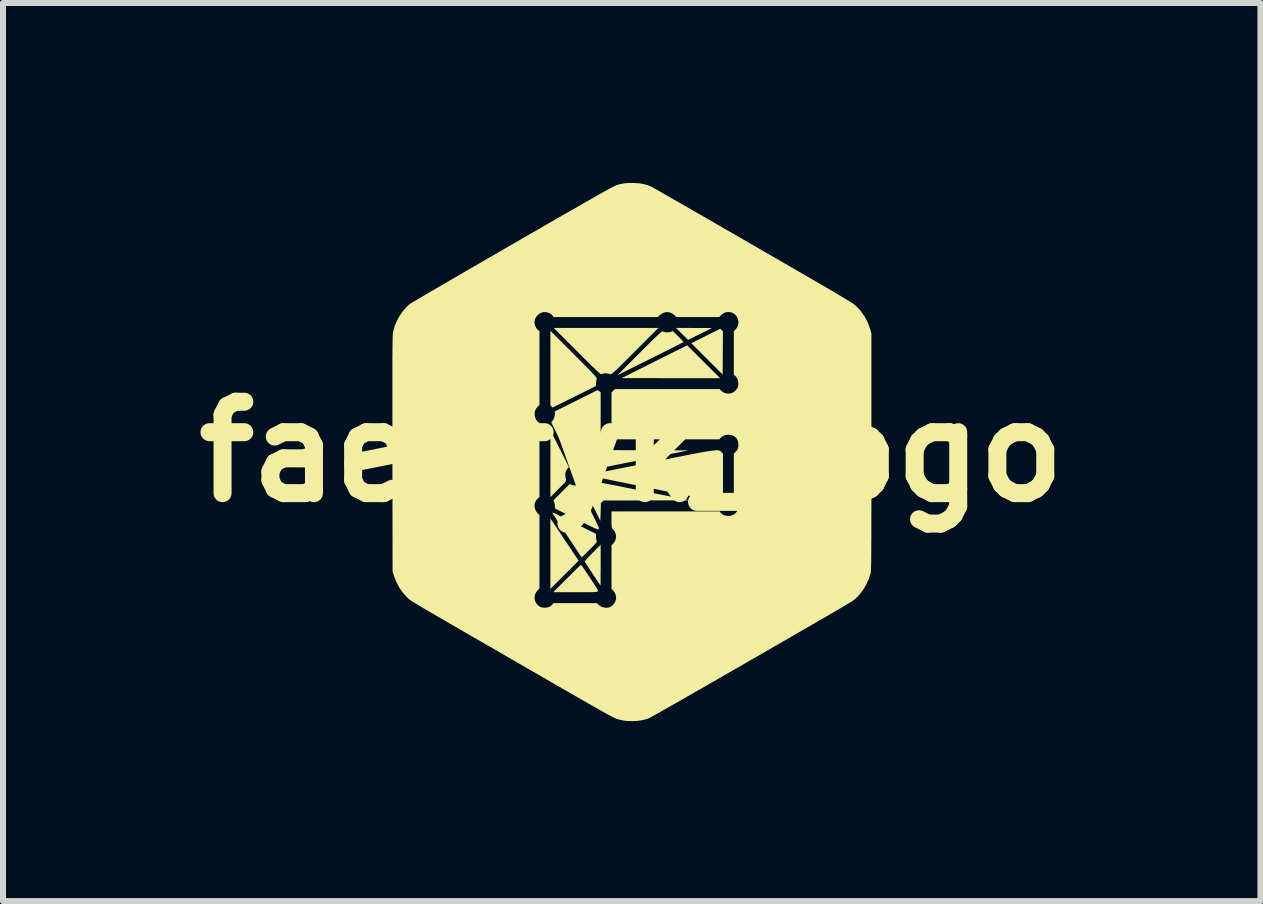
<source format=kicad_pcb>
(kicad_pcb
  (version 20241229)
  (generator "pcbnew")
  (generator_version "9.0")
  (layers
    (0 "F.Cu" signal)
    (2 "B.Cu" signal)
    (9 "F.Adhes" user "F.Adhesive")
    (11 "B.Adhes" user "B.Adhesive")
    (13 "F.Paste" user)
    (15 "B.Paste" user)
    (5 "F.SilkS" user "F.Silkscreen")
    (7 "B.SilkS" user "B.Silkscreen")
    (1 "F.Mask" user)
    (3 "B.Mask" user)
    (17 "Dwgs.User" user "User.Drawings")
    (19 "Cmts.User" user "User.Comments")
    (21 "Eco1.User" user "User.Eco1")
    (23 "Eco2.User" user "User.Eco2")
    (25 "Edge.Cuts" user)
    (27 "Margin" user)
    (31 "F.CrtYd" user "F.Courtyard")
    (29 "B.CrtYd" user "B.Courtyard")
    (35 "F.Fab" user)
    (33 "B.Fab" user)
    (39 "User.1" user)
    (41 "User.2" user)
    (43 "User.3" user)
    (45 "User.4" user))
  (footprint "faebryk_logo"
    (layer "F.Cu")
    (at 7.482 4.482)
    (property "Reference" "faebryk_logo" (at 0 0 0) (layer "F.SilkS") (effects (font (size 1.524 1.524) (thickness 0.3))))
    (attr board_only exclude_from_pos_files exclude_from_bom dnp)
    (fp_poly (pts (xy -1.121 1.463) (xy -0.886 1.815) (xy -1.356 2.285) (xy -1.356 1.698) (xy -1.356 1.11)) (stroke (width 0) (type solid)) (fill yes) (layer "F.SilkS"))
    (fp_poly (pts (xy 1.473 -1.227) (xy 0.652 -1.227) (xy -0.168 -1.228) (xy 0.378 -1.502) (xy 0.924 -1.775)) (stroke (width 0) (type solid)) (fill yes) (layer "F.SilkS"))
    (fp_poly (pts (xy 1.521 -2.008) (xy 1.516 -1.287) (xy 1.255 -1.549) (xy 0.993 -1.81) (xy 1.235 -1.931) (xy 1.477 -2.052)) (stroke (width 0) (type solid)) (fill yes) (layer "F.SilkS"))
    (fp_poly (pts (xy 1.037 -2.064) (xy 1.335 -2.064) (xy 1.14 -1.965) (xy 1.087 -1.939) (xy 1.039 -1.915) (xy 0.999 -1.894) (xy 0.967 -1.879) (xy 0.948 -1.869) (xy 0.942 -1.867) (xy 0.934 -1.872) (xy 0.917 -1.888) (xy 0.892 -1.912) (xy 0.861 -1.943) (xy 0.838 -1.965) (xy 0.739 -2.065)) (stroke (width 0) (type solid)) (fill yes) (layer "F.SilkS"))
    (fp_poly (pts (xy -1.201 -0.052) (xy -1.047 0.255) (xy -1.071 0.282) (xy -1.096 0.32) (xy -1.108 0.362) (xy -1.106 0.413) (xy -1.093 0.471) (xy -1.094 0.479) (xy -1.1 0.491) (xy -1.114 0.509) (xy -1.136 0.534) (xy -1.168 0.567) (xy -1.211 0.61) (xy -1.222 0.622) (xy -1.356 0.756) (xy -1.356 0.199) (xy -1.355 -0.359)) (stroke (width 0) (type solid)) (fill yes) (layer "F.SilkS"))
    (fp_poly (pts (xy -0.967 -1.629) (xy -0.887 -1.548) (xy -0.817 -1.478) (xy -0.759 -1.419) (xy -0.71 -1.37) (xy -0.671 -1.329) (xy -0.64 -1.296) (xy -0.617 -1.271) (xy -0.6 -1.251) (xy -0.59 -1.237) (xy -0.585 -1.228) (xy -0.584 -1.223) (xy -0.584 -1.222) (xy -0.587 -1.205) (xy -0.591 -1.177) (xy -0.594 -1.151) (xy -0.598 -1.096) (xy -1.318 -0.738) (xy -1.337 -0.756) (xy -1.356 -0.775) (xy -1.356 -2.017)) (stroke (width 0) (type solid)) (fill yes) (layer "F.SilkS"))
    (fp_poly (pts (xy -0.776 0.468) (xy -0.752 0.472) (xy -0.712 0.479) (xy -0.66 0.488) (xy -0.594 0.5) (xy -0.518 0.515) (xy -0.431 0.532) (xy -0.335 0.55) (xy -0.232 0.571) (xy -0.121 0.593) (xy -0.005 0.616) (xy 0.091 0.635) (xy 0.963 0.81) (xy 0.249 0.811) (xy -0.466 0.812) (xy -0.49 0.833) (xy -0.514 0.854) (xy -0.518 1.002) (xy -0.523 1.15) (xy -0.678 0.839) (xy -0.833 0.529) (xy -0.81 0.502) (xy -0.795 0.483) (xy -0.786 0.47) (xy -0.785 0.468)) (stroke (width 0) (type solid)) (fill yes) (layer "F.SilkS"))
    (fp_poly (pts (xy 0.056 -1.676) (xy -0.025 -1.595) (xy -0.095 -1.525) (xy -0.154 -1.467) (xy -0.203 -1.418) (xy -0.244 -1.379) (xy -0.277 -1.348) (xy -0.303 -1.324) (xy -0.322 -1.308) (xy -0.336 -1.298) (xy -0.345 -1.293) (xy -0.35 -1.292) (xy -0.4 -1.305) (xy -0.441 -1.308) (xy -0.478 -1.303) (xy -0.51 -1.293) (xy -0.517 -1.296) (xy -0.534 -1.309) (xy -0.561 -1.333) (xy -0.597 -1.366) (xy -0.644 -1.411) (xy -0.701 -1.467) (xy -0.769 -1.534) (xy -0.849 -1.613) (xy -0.911 -1.676) (xy -1.3 -2.065) (xy 0.445 -2.065)) (stroke (width 0) (type solid)) (fill yes) (layer "F.SilkS"))
    (fp_poly (pts (xy -0.518 1.89) (xy -0.518 1.965) (xy -0.519 2.034) (xy -0.519 2.095) (xy -0.519 2.147) (xy -0.519 2.188) (xy -0.52 2.215) (xy -0.52 2.228) (xy -0.521 2.229) (xy -0.526 2.222) (xy -0.539 2.202) (xy -0.56 2.172) (xy -0.586 2.133) (xy -0.617 2.087) (xy -0.651 2.036) (xy -0.652 2.033) (xy -0.687 1.982) (xy -0.718 1.934) (xy -0.744 1.893) (xy -0.765 1.861) (xy -0.779 1.838) (xy -0.784 1.828) (xy -0.784 1.828) (xy -0.779 1.82) (xy -0.763 1.801) (xy -0.739 1.774) (xy -0.707 1.74) (xy -0.669 1.702) (xy -0.652 1.685) (xy -0.518 1.551)) (stroke (width 0) (type solid)) (fill yes) (layer "F.SilkS"))
    (fp_poly (pts (xy 0.777 -1.922) (xy 0.809 -1.89) (xy 0.835 -1.863) (xy 0.854 -1.842) (xy 0.863 -1.83) (xy 0.864 -1.829) (xy 0.855 -1.824) (xy 0.833 -1.813) (xy 0.798 -1.795) (xy 0.75 -1.771) (xy 0.693 -1.742) (xy 0.626 -1.708) (xy 0.551 -1.671) (xy 0.469 -1.63) (xy 0.382 -1.586) (xy 0.311 -1.551) (xy -0.238 -1.277) (xy 0.13 -1.645) (xy 0.214 -1.729) (xy 0.287 -1.802) (xy 0.348 -1.862) (xy 0.399 -1.912) (xy 0.44 -1.95) (xy 0.471 -1.979) (xy 0.493 -1.997) (xy 0.506 -2.006) (xy 0.51 -2.007) (xy 0.563 -1.992) (xy 0.617 -1.992) (xy 0.645 -1.998) (xy 0.687 -2.012)) (stroke (width 0) (type solid)) (fill yes) (layer "F.SilkS"))
    (fp_poly (pts (xy -1.31 1.015) (xy -1.287 1.025) (xy -1.253 1.042) (xy -1.207 1.065) (xy -1.152 1.092) (xy -1.09 1.123) (xy -1.021 1.157) (xy -0.955 1.19) (xy -0.596 1.369) (xy -0.596 1.414) (xy -0.594 1.445) (xy -0.589 1.472) (xy -0.586 1.482) (xy -0.583 1.49) (xy -0.583 1.498) (xy -0.587 1.508) (xy -0.597 1.522) (xy -0.614 1.541) (xy -0.639 1.567) (xy -0.675 1.603) (xy -0.705 1.633) (xy -0.834 1.762) (xy -1.076 1.398) (xy -1.132 1.313) (xy -1.18 1.241) (xy -1.22 1.181) (xy -1.252 1.132) (xy -1.276 1.093) (xy -1.295 1.063) (xy -1.308 1.042) (xy -1.316 1.026) (xy -1.32 1.017) (xy -1.321 1.012) (xy -1.318 1.011)) (stroke (width 0) (type solid)) (fill yes) (layer "F.SilkS"))
    (fp_poly (pts (xy -1.006 0.55) (xy -0.979 0.557) (xy -0.946 0.561) (xy -0.935 0.562) (xy -0.894 0.562) (xy -0.715 0.919) (xy -0.673 1.003) (xy -0.639 1.073) (xy -0.611 1.13) (xy -0.589 1.176) (xy -0.572 1.211) (xy -0.56 1.238) (xy -0.552 1.258) (xy -0.548 1.272) (xy -0.547 1.281) (xy -0.549 1.286) (xy -0.551 1.29) (xy -0.556 1.292) (xy -0.563 1.293) (xy -0.574 1.291) (xy -0.59 1.285) (xy -0.612 1.276) (xy -0.643 1.262) (xy -0.682 1.243) (xy -0.732 1.219) (xy -0.794 1.188) (xy -0.869 1.151) (xy -0.924 1.123) (xy -1.282 0.944) (xy -1.28 0.909) (xy -1.282 0.878) (xy -1.29 0.845) (xy -1.291 0.842) (xy -1.305 0.809) (xy -1.17 0.673) (xy -1.034 0.537)) (stroke (width 0) (type solid)) (fill yes) (layer "F.SilkS"))
    (fp_poly (pts (xy -0.84 1.89) (xy -0.826 1.91) (xy -0.805 1.94) (xy -0.777 1.98) (xy -0.746 2.027) (xy -0.71 2.079) (xy -0.698 2.098) (xy -0.657 2.16) (xy -0.624 2.21) (xy -0.6 2.248) (xy -0.582 2.277) (xy -0.571 2.297) (xy -0.565 2.312) (xy -0.564 2.321) (xy -0.566 2.327) (xy -0.57 2.33) (xy -0.576 2.333) (xy -0.587 2.336) (xy -0.605 2.337) (xy -0.629 2.339) (xy -0.663 2.34) (xy -0.708 2.341) (xy -0.765 2.341) (xy -0.836 2.341) (xy -0.922 2.341) (xy -0.943 2.341) (xy -1.309 2.341) (xy -1.08 2.112) (xy -1.028 2.061) (xy -0.98 2.013) (xy -0.938 1.971) (xy -0.902 1.936) (xy -0.873 1.908) (xy -0.854 1.891) (xy -0.846 1.883) (xy -0.846 1.883)) (stroke (width 0) (type solid)) (fill yes) (layer "F.SilkS"))
    (fp_poly (pts (xy -0.544 -1.01) (xy -0.518 -0.992) (xy -0.518 -0.537) (xy -0.518 -0.434) (xy -0.518 -0.348) (xy -0.518 -0.275) (xy -0.517 -0.216) (xy -0.516 -0.168) (xy -0.514 -0.131) (xy -0.512 -0.102) (xy -0.508 -0.081) (xy -0.504 -0.066) (xy -0.499 -0.056) (xy -0.492 -0.048) (xy -0.484 -0.043) (xy -0.474 -0.038) (xy -0.469 -0.036) (xy -0.459 -0.034) (xy -0.437 -0.032) (xy -0.402 -0.03) (xy -0.354 -0.029) (xy -0.291 -0.028) (xy -0.215 -0.027) (xy -0.123 -0.026) (xy -0.015 -0.026) (xy 0.108 -0.025) (xy 0.248 -0.025) (xy 0.946 -0.024) (xy 0.095 0.147) (xy -0.024 0.171) (xy -0.138 0.194) (xy -0.246 0.216) (xy -0.348 0.236) (xy -0.441 0.255) (xy -0.525 0.272) (xy -0.599 0.286) (xy -0.661 0.298) (xy -0.71 0.308) (xy -0.746 0.315) (xy -0.766 0.319) (xy -0.771 0.319) (xy -0.785 0.313) (xy -0.799 0.296) (xy -0.799 0.296) (xy -0.83 0.26) (xy -0.873 0.237) (xy -0.927 0.226) (xy -0.93 0.226) (xy -0.986 0.223) (xy -1.342 -0.49) (xy -1.319 -0.518) (xy -1.297 -0.555) (xy -1.283 -0.599) (xy -1.28 -0.642) (xy -1.28 -0.644) (xy -1.284 -0.672) (xy -0.569 -1.029)) (stroke (width 0) (type solid)) (fill yes) (layer "F.SilkS"))
    (fp_poly (pts (xy 1.442 -0.025) (xy 1.456 -0.022) (xy 1.466 -0.018) (xy 1.475 -0.013) (xy 1.482 -0.007) (xy 1.489 -0.000076) (xy 1.492 0.003) (xy 1.521 0.032) (xy 1.521 0.75) (xy 1.489 0.781) (xy 1.473 0.797) (xy 1.459 0.806) (xy 1.442 0.81) (xy 1.417 0.811) (xy 1.392 0.811) (xy 1.377 0.81) (xy 1.354 0.807) (xy 1.321 0.802) (xy 1.279 0.795) (xy 1.226 0.786) (xy 1.162 0.774) (xy 1.086 0.759) (xy 0.998 0.742) (xy 0.896 0.723) (xy 0.78 0.7) (xy 0.65 0.674) (xy 0.505 0.645) (xy 0.343 0.612) (xy 0.285 0.6) (xy 0.154 0.574) (xy 0.028 0.548) (xy -0.093 0.524) (xy -0.207 0.501) (xy -0.312 0.48) (xy -0.409 0.46) (xy -0.496 0.442) (xy -0.572 0.427) (xy -0.636 0.414) (xy -0.687 0.403) (xy -0.724 0.396) (xy -0.745 0.391) (xy -0.752 0.39) (xy -0.743 0.388) (xy -0.718 0.383) (xy -0.678 0.375) (xy -0.625 0.364) (xy -0.558 0.351) (xy -0.48 0.335) (xy -0.391 0.318) (xy -0.293 0.298) (xy -0.186 0.276) (xy -0.071 0.253) (xy 0.051 0.229) (xy 0.178 0.204) (xy 0.289 0.181) (xy 0.452 0.149) (xy 0.599 0.12) (xy 0.73 0.093) (xy 0.848 0.07) (xy 0.951 0.05) (xy 1.043 0.032) (xy 1.122 0.017) (xy 1.191 0.005) (xy 1.249 -0.006) (xy 1.299 -0.013) (xy 1.341 -0.019) (xy 1.375 -0.023) (xy 1.402 -0.025) (xy 1.425 -0.026)) (stroke (width 0) (type solid)) (fill yes) (layer "F.SilkS"))
    (fp_poly (pts (xy 0.048 -4.481) (xy 0.131 -4.475) (xy 0.202 -4.463) (xy 0.267 -4.444) (xy 0.33 -4.418) (xy 0.344 -4.411) (xy 0.357 -4.404) (xy 0.384 -4.388) (xy 0.425 -4.365) (xy 0.478 -4.335) (xy 0.544 -4.297) (xy 0.621 -4.253) (xy 0.709 -4.202) (xy 0.807 -4.146) (xy 0.914 -4.085) (xy 1.029 -4.018) (xy 1.153 -3.947) (xy 1.284 -3.872) (xy 1.421 -3.792) (xy 1.564 -3.71) (xy 1.712 -3.625) (xy 1.864 -3.537) (xy 2.02 -3.447) (xy 2.039 -3.436) (xy 2.225 -3.328) (xy 2.396 -3.229) (xy 2.554 -3.138) (xy 2.699 -3.054) (xy 2.831 -2.978) (xy 2.951 -2.908) (xy 3.059 -2.845) (xy 3.157 -2.788) (xy 3.245 -2.737) (xy 3.323 -2.692) (xy 3.392 -2.651) (xy 3.453 -2.615) (xy 3.506 -2.584) (xy 3.552 -2.556) (xy 3.591 -2.532) (xy 3.624 -2.512) (xy 3.652 -2.494) (xy 3.675 -2.479) (xy 3.694 -2.466) (xy 3.71 -2.456) (xy 3.722 -2.446) (xy 3.732 -2.438) (xy 3.74 -2.431) (xy 3.819 -2.347) (xy 3.886 -2.25) (xy 3.94 -2.145) (xy 3.976 -2.043) (xy 3.996 -1.974) (xy 3.996 0) (xy 3.996 0.218) (xy 3.996 0.42) (xy 3.996 0.606) (xy 3.996 0.776) (xy 3.996 0.932) (xy 3.995 1.074) (xy 3.995 1.203) (xy 3.995 1.32) (xy 3.995 1.424) (xy 3.994 1.518) (xy 3.994 1.6) (xy 3.994 1.673) (xy 3.993 1.737) (xy 3.993 1.793) (xy 3.992 1.84) (xy 3.991 1.881) (xy 3.99 1.915) (xy 3.989 1.943) (xy 3.988 1.966) (xy 3.987 1.985) (xy 3.986 2) (xy 3.985 2.012) (xy 3.983 2.022) (xy 3.981 2.029) (xy 3.98 2.034) (xy 3.951 2.124) (xy 3.909 2.214) (xy 3.859 2.3) (xy 3.801 2.377) (xy 3.738 2.444) (xy 3.69 2.483) (xy 3.677 2.491) (xy 3.649 2.508) (xy 3.608 2.532) (xy 3.555 2.564) (xy 3.49 2.602) (xy 3.415 2.646) (xy 3.33 2.696) (xy 3.235 2.751) (xy 3.132 2.81) (xy 3.022 2.874) (xy 2.906 2.941) (xy 2.783 3.012) (xy 2.656 3.086) (xy 2.525 3.162) (xy 2.39 3.239) (xy 2.253 3.318) (xy 2.115 3.398) (xy 1.975 3.478) (xy 1.836 3.559) (xy 1.697 3.638) (xy 1.561 3.717) (xy 1.426 3.794) (xy 1.296 3.869) (xy 1.169 3.942) (xy 1.047 4.011) (xy 0.932 4.078) (xy 0.823 4.14) (xy 0.721 4.198) (xy 0.628 4.251) (xy 0.544 4.299) (xy 0.47 4.341) (xy 0.406 4.376) (xy 0.355 4.405) (xy 0.316 4.427) (xy 0.29 4.441) (xy 0.278 4.447) (xy 0.194 4.471) (xy 0.102 4.486) (xy 0.005 4.491) (xy -0.089 4.487) (xy -0.144 4.48) (xy -0.186 4.471) (xy -0.231 4.459) (xy -0.262 4.45) (xy -0.28 4.442) (xy -0.312 4.426) (xy -0.358 4.401) (xy -0.417 4.369) (xy -0.489 4.329) (xy -0.573 4.281) (xy -0.67 4.227) (xy -0.777 4.165) (xy -0.895 4.098) (xy -1.024 4.024) (xy -1.055 4.006) (xy -1.291 3.87) (xy -1.512 3.742) (xy -1.719 3.623) (xy -1.912 3.511) (xy -2.092 3.407) (xy -2.26 3.31) (xy -2.415 3.221) (xy -2.559 3.138) (xy -2.692 3.061) (xy -2.814 2.99) (xy -2.925 2.926) (xy -3.027 2.867) (xy -3.12 2.813) (xy -3.203 2.765) (xy -3.279 2.721) (xy -3.346 2.682) (xy -3.406 2.647) (xy -3.459 2.616) (xy -3.505 2.588) (xy -3.545 2.564) (xy -3.58 2.543) (xy -3.61 2.525) (xy -3.635 2.51) (xy -3.656 2.497) (xy -3.673 2.486) (xy -3.687 2.477) (xy -3.698 2.469) (xy -3.707 2.462) (xy -3.714 2.457) (xy -3.72 2.452) (xy -3.725 2.447) (xy -3.73 2.442) (xy -3.734 2.438) (xy -3.739 2.432) (xy -3.743 2.429) (xy -3.817 2.349) (xy -3.878 2.26) (xy -3.929 2.159) (xy -3.962 2.073) (xy -3.987 2) (xy -3.99 0.035) (xy -3.99 -0.184) (xy -3.99 -0.387) (xy -3.99 -0.573) (xy -3.99 -0.744) (xy -3.99 -0.901) (xy -3.99 -1.044) (xy -3.99 -1.173) (xy -3.99 -1.29) (xy -3.99 -1.395) (xy -3.99 -1.489) (xy -3.99 -1.572) (xy -3.989 -1.646) (xy -3.989 -1.71) (xy -3.988 -1.766) (xy -3.987 -1.814) (xy -3.987 -1.854) (xy -3.986 -1.889) (xy -3.985 -1.917) (xy -3.984 -1.941) (xy -3.983 -1.96) (xy -3.982 -1.975) (xy -3.98 -1.987) (xy -3.979 -1.997) (xy -3.978 -2) (xy -3.954 -2.088) (xy -3.922 -2.167) (xy -1.622 -2.167) (xy -1.62 -2.135) (xy -1.609 -2.098) (xy -1.591 -2.063) (xy -1.569 -2.035) (xy -1.558 -2.026) (xy -1.538 -2.013) (xy -1.538 -0.781) (xy -1.565 -0.755) (xy -1.597 -0.717) (xy -1.614 -0.676) (xy -1.619 -0.631) (xy -1.613 -0.585) (xy -1.598 -0.542) (xy -1.575 -0.509) (xy -1.559 -0.496) (xy -1.538 -0.482) (xy -1.538 0.753) (xy -1.564 0.775) (xy -1.597 0.813) (xy -1.616 0.858) (xy -1.621 0.907) (xy -1.611 0.956) (xy -1.588 1.002) (xy -1.571 1.022) (xy -1.538 1.057) (xy -1.538 2.278) (xy -1.571 2.313) (xy -1.603 2.357) (xy -1.618 2.405) (xy -1.619 2.454) (xy -1.606 2.501) (xy -1.579 2.544) (xy -1.539 2.578) (xy -1.525 2.586) (xy -1.494 2.596) (xy -1.454 2.6) (xy -1.414 2.597) (xy -1.38 2.589) (xy -1.38 2.589) (xy -1.355 2.574) (xy -1.331 2.554) (xy -1.327 2.55) (xy -1.301 2.523) (xy -0.577 2.523) (xy -0.56 2.545) (xy -0.528 2.572) (xy -0.486 2.591) (xy -0.438 2.6) (xy -0.391 2.598) (xy -0.366 2.591) (xy -0.327 2.568) (xy -0.295 2.533) (xy -0.271 2.49) (xy -0.26 2.444) (xy -0.26 2.432) (xy -0.267 2.388) (xy -0.285 2.345) (xy -0.313 2.309) (xy -0.314 2.307) (xy -0.337 2.286) (xy -0.337 1.558) (xy -0.314 1.537) (xy -0.287 1.502) (xy -0.267 1.459) (xy -0.26 1.415) (xy -0.26 1.413) (xy -0.267 1.369) (xy -0.285 1.325) (xy -0.313 1.289) (xy -0.314 1.288) (xy -0.323 1.28) (xy -0.329 1.271) (xy -0.333 1.259) (xy -0.335 1.242) (xy -0.336 1.215) (xy -0.337 1.176) (xy -0.337 1.13) (xy -0.337 0.994) (xy 1.467 0.994) (xy 1.48 1.014) (xy 1.506 1.04) (xy 1.544 1.059) (xy 1.589 1.069) (xy 1.624 1.07) (xy 1.678 1.058) (xy 1.722 1.033) (xy 1.754 0.996) (xy 1.773 0.948) (xy 1.778 0.915) (xy 1.776 0.869) (xy 1.763 0.826) (xy 1.743 0.79) (xy 1.723 0.772) (xy 1.702 0.758) (xy 1.702 0.029) (xy 1.729 0.004) (xy 1.75 -0.02) (xy 1.766 -0.045) (xy 1.768 -0.049) (xy 1.778 -0.093) (xy 1.777 -0.141) (xy 1.766 -0.189) (xy 1.745 -0.228) (xy 1.738 -0.236) (xy 1.703 -0.263) (xy 1.659 -0.28) (xy 1.611 -0.285) (xy 1.562 -0.279) (xy 1.519 -0.262) (xy 1.484 -0.235) (xy 1.479 -0.229) (xy 1.462 -0.207) (xy -0.337 -0.207) (xy -0.337 -0.988) (xy -0.309 -1.017) (xy -0.282 -1.045) (xy 1.466 -1.045) (xy 1.487 -1.023) (xy 1.527 -0.99) (xy 1.573 -0.973) (xy 1.621 -0.969) (xy 1.668 -0.979) (xy 1.711 -1.002) (xy 1.747 -1.038) (xy 1.763 -1.064) (xy 1.777 -1.107) (xy 1.778 -1.154) (xy 1.769 -1.2) (xy 1.749 -1.241) (xy 1.725 -1.268) (xy 1.702 -1.285) (xy 1.702 -2.01) (xy 1.724 -2.031) (xy 1.757 -2.072) (xy 1.775 -2.121) (xy 1.78 -2.157) (xy 1.772 -2.21) (xy 1.751 -2.255) (xy 1.721 -2.29) (xy 1.682 -2.316) (xy 1.638 -2.329) (xy 1.592 -2.33) (xy 1.546 -2.318) (xy 1.503 -2.29) (xy 1.492 -2.28) (xy 1.458 -2.246) (xy 0.746 -2.246) (xy 0.71 -2.28) (xy 0.665 -2.312) (xy 0.617 -2.328) (xy 0.566 -2.328) (xy 0.517 -2.312) (xy 0.471 -2.28) (xy 0.434 -2.246) (xy -1.303 -2.246) (xy -1.317 -2.268) (xy -1.339 -2.29) (xy -1.372 -2.31) (xy -1.411 -2.325) (xy -1.427 -2.328) (xy -1.473 -2.329) (xy -1.517 -2.315) (xy -1.557 -2.289) (xy -1.59 -2.254) (xy -1.612 -2.212) (xy -1.622 -2.167) (xy -3.922 -2.167) (xy -3.918 -2.177) (xy -3.872 -2.263) (xy -3.818 -2.342) (xy -3.759 -2.411) (xy -3.704 -2.461) (xy -3.692 -2.469) (xy -3.665 -2.485) (xy -3.626 -2.509) (xy -3.573 -2.54) (xy -3.508 -2.578) (xy -3.432 -2.623) (xy -3.345 -2.674) (xy -3.248 -2.73) (xy -3.141 -2.792) (xy -3.026 -2.86) (xy -2.903 -2.931) (xy -2.773 -3.007) (xy -2.636 -3.086) (xy -2.493 -3.169) (xy -2.344 -3.255) (xy -2.192 -3.343) (xy -2.035 -3.434) (xy -1.994 -3.457) (xy -1.793 -3.574) (xy -1.605 -3.682) (xy -1.432 -3.782) (xy -1.272 -3.874) (xy -1.126 -3.958) (xy -0.993 -4.034) (xy -0.872 -4.103) (xy -0.764 -4.165) (xy -0.667 -4.22) (xy -0.582 -4.269) (xy -0.507 -4.311) (xy -0.444 -4.346) (xy -0.39 -4.376) (xy -0.346 -4.4) (xy -0.311 -4.418) (xy -0.286 -4.432) (xy -0.269 -4.44) (xy -0.264 -4.442) (xy -0.196 -4.462) (xy -0.128 -4.475) (xy -0.057 -4.482) (xy 0.025 -4.482)) (stroke (width 0) (type solid)) (fill yes) (layer "F.SilkS")))
  (gr_rect
    (start -3 -3)
    (end 17.964 11.973)
    (stroke (width 0.1) (type default))
    (fill no)
    (layer "Edge.Cuts")))
</source>
